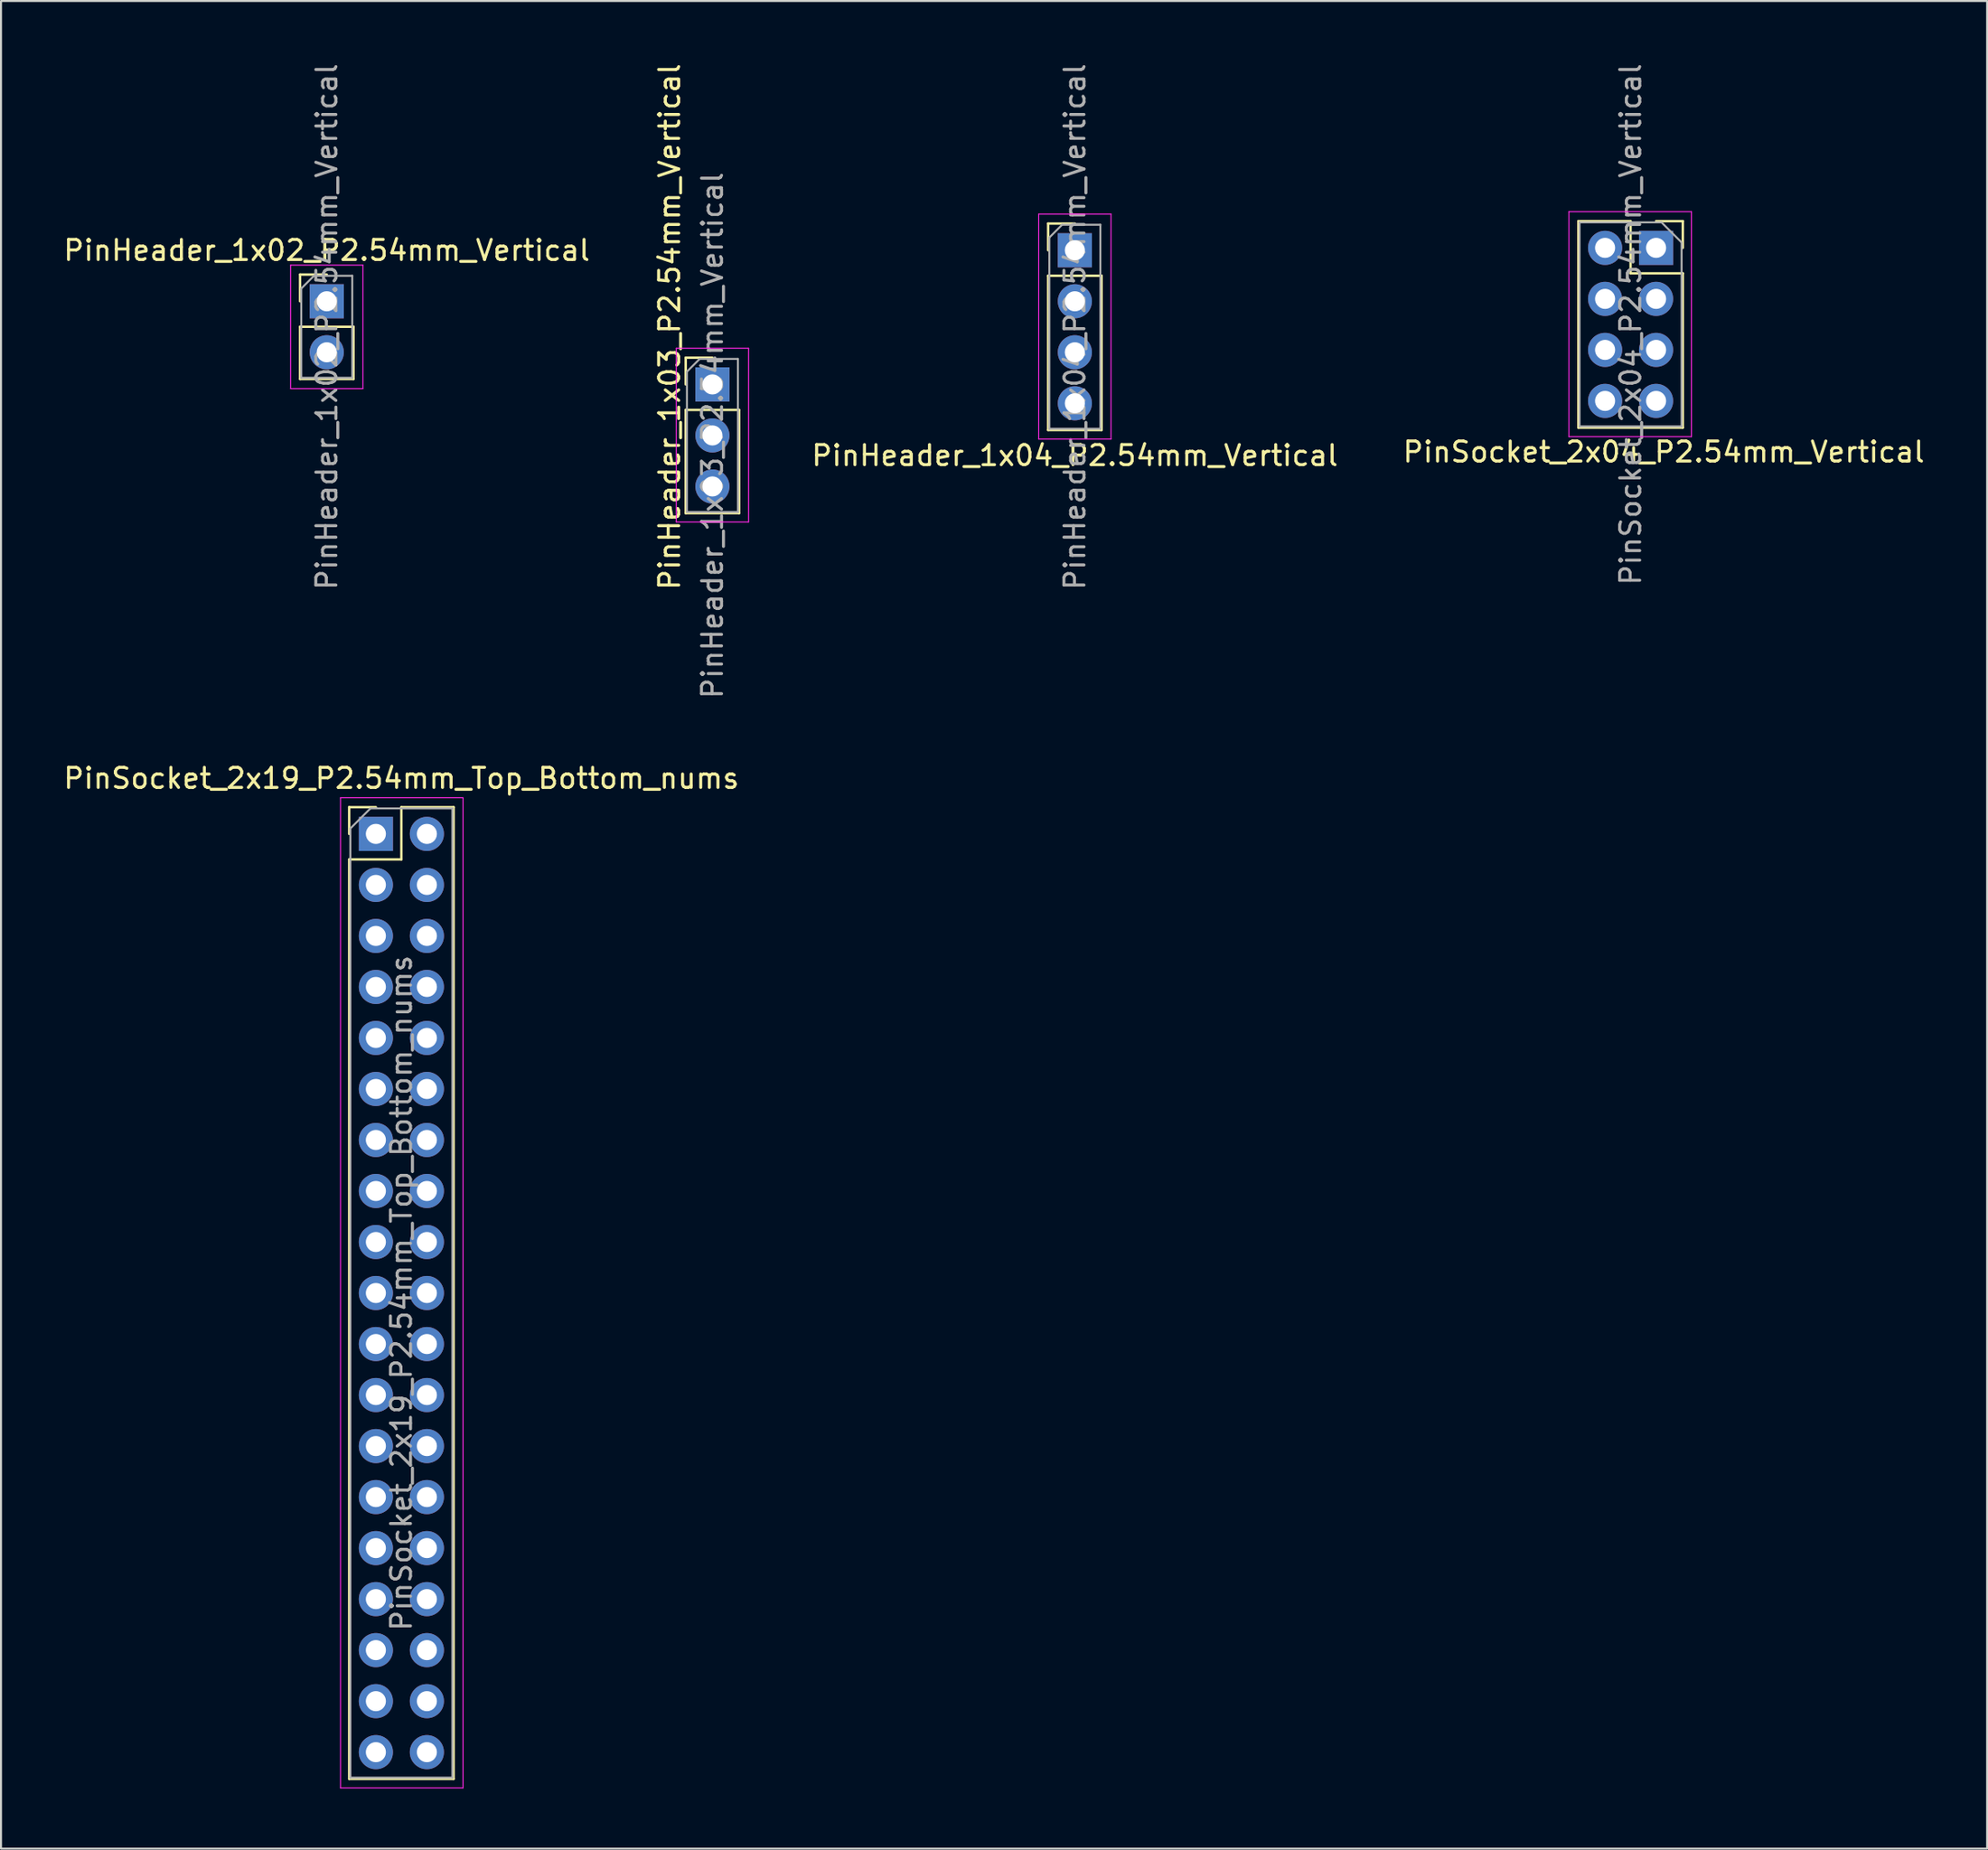
<source format=kicad_pcb>
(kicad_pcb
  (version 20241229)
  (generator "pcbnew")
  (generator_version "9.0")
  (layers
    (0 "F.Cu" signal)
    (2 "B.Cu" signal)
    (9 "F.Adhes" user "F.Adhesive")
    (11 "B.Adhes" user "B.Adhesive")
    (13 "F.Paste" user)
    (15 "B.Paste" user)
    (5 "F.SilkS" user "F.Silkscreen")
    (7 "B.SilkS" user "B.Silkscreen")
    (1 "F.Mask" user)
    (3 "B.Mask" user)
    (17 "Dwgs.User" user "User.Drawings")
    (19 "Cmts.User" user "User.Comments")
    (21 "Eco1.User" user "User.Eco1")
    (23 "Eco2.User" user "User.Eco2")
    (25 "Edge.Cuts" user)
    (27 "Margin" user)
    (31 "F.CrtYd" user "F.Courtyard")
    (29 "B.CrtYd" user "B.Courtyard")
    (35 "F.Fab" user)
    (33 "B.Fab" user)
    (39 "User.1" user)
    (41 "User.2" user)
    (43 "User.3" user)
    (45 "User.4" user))
  (footprint "PinHeader_1x04_P2.54mm_Vertical"
    (layer "F.Cu")
    (at 50.468 9.41)
    (property "Reference" "PinHeader_1x04_P2.54mm_Vertical" (at 0 10.22 0) (layer "F.SilkS") (effects (font (size 1 1) (thickness 0.15))))
    (attr through_hole exclude_from_pos_files exclude_from_bom)
    (fp_line (start -1.33 -1.33) (end 0 -1.33) (stroke (width 0.12) (type solid)) (layer "F.SilkS"))
    (fp_line (start -1.33 0) (end -1.33 -1.33) (stroke (width 0.12) (type solid)) (layer "F.SilkS"))
    (fp_line (start -1.33 1.27) (end -1.33 8.95) (stroke (width 0.12) (type solid)) (layer "F.SilkS"))
    (fp_line (start -1.33 1.27) (end 1.33 1.27) (stroke (width 0.12) (type solid)) (layer "F.SilkS"))
    (fp_line (start -1.33 8.95) (end 1.33 8.95) (stroke (width 0.12) (type solid)) (layer "F.SilkS"))
    (fp_line (start 1.33 1.27) (end 1.33 8.95) (stroke (width 0.12) (type solid)) (layer "F.SilkS"))
    (fp_line (start -1.8 -1.8) (end -1.8 9.4) (stroke (width 0.05) (type solid)) (layer "F.CrtYd"))
    (fp_line (start -1.8 9.4) (end 1.8 9.4) (stroke (width 0.05) (type solid)) (layer "F.CrtYd"))
    (fp_line (start 1.8 -1.8) (end -1.8 -1.8) (stroke (width 0.05) (type solid)) (layer "F.CrtYd"))
    (fp_line (start 1.8 9.4) (end 1.8 -1.8) (stroke (width 0.05) (type solid)) (layer "F.CrtYd"))
    (fp_line (start -1.27 -0.635) (end -0.635 -1.27) (stroke (width 0.1) (type solid)) (layer "F.Fab"))
    (fp_line (start -1.27 8.89) (end -1.27 -0.635) (stroke (width 0.1) (type solid)) (layer "F.Fab"))
    (fp_line (start -0.635 -1.27) (end 1.27 -1.27) (stroke (width 0.1) (type solid)) (layer "F.Fab"))
    (fp_line (start 1.27 -1.27) (end 1.27 8.89) (stroke (width 0.1) (type solid)) (layer "F.Fab"))
    (fp_line (start 1.27 8.89) (end -1.27 8.89) (stroke (width 0.1) (type solid)) (layer "F.Fab"))
    (fp_text user "${REFERENCE}" (at 0 3.81 90) (layer "F.Fab") (effects (font (size 1 1) (thickness 0.15))))
    (pad "1" thru_hole rect (at 0 0) (size 1.7 1.7) (drill 1) (layers "*.Cu" "*.Mask"))
    (pad "2" thru_hole oval (at 0 2.54) (size 1.7 1.7) (drill 1) (layers "*.Cu" "*.Mask"))
    (pad "3" thru_hole oval (at 0 5.08) (size 1.7 1.7) (drill 1) (layers "*.Cu" "*.Mask"))
    (pad "4" thru_hole oval (at 0 7.62) (size 1.7 1.7) (drill 1) (layers "*.Cu" "*.Mask")))
  (footprint "PinSocket_2x19_P2.54mm_Top_Bottom_nums"
    (layer "F.Cu")
    (at 18.205 38.469)
    (property "Reference" "PinSocket_2x19_P2.54mm_Top_Bottom_nums" (at -1.27 -2.77 0) (layer "F.SilkS") (effects (font (size 1 1) (thickness 0.15))))
    (attr through_hole exclude_from_pos_files exclude_from_bom)
    (fp_line (start -3.87 -1.33) (end -3.87 0) (stroke (width 0.12) (type solid)) (layer "F.SilkS"))
    (fp_line (start -3.87 1.27) (end -3.87 47.05) (stroke (width 0.12) (type solid)) (layer "F.SilkS"))
    (fp_line (start -2.54 -1.33) (end -3.87 -1.33) (stroke (width 0.12) (type solid)) (layer "F.SilkS"))
    (fp_line (start -1.27 -1.33) (end -1.27 1.27) (stroke (width 0.12) (type solid)) (layer "F.SilkS"))
    (fp_line (start -1.27 1.27) (end -3.87 1.27) (stroke (width 0.12) (type solid)) (layer "F.SilkS"))
    (fp_line (start 1.33 -1.33) (end -1.27 -1.33) (stroke (width 0.12) (type solid)) (layer "F.SilkS"))
    (fp_line (start 1.33 -1.33) (end 1.33 47.05) (stroke (width 0.12) (type solid)) (layer "F.SilkS"))
    (fp_line (start 1.33 47.05) (end -3.87 47.05) (stroke (width 0.12) (type solid)) (layer "F.SilkS"))
    (fp_line (start -4.3 -1.8) (end -4.3 47.5) (stroke (width 0.05) (type solid)) (layer "F.CrtYd"))
    (fp_line (start -4.3 47.5) (end 1.8 47.5) (stroke (width 0.05) (type solid)) (layer "F.CrtYd"))
    (fp_line (start 1.8 -1.8) (end -4.3 -1.8) (stroke (width 0.05) (type solid)) (layer "F.CrtYd"))
    (fp_line (start 1.8 47.5) (end 1.8 -1.8) (stroke (width 0.05) (type solid)) (layer "F.CrtYd"))
    (fp_line (start -3.81 -0.27) (end -3.81 46.99) (stroke (width 0.1) (type solid)) (layer "F.Fab"))
    (fp_line (start -3.81 46.99) (end 1.27 46.99) (stroke (width 0.1) (type solid)) (layer "F.Fab"))
    (fp_line (start -2.81 -1.27) (end -3.81 -0.27) (stroke (width 0.1) (type solid)) (layer "F.Fab"))
    (fp_line (start 1.27 -1.27) (end -2.81 -1.27) (stroke (width 0.1) (type solid)) (layer "F.Fab"))
    (fp_line (start 1.27 46.99) (end 1.27 -1.27) (stroke (width 0.1) (type solid)) (layer "F.Fab"))
    (fp_text user "${REFERENCE}" (at -1.27 22.86 90) (layer "F.Fab") (effects (font (size 1 1) (thickness 0.15))))
    (pad "1" thru_hole rect (at -2.54 0) (size 1.7 1.7) (drill 1) (layers "*.Cu" "*.Mask"))
    (pad "2" thru_hole oval (at -2.54 2.54) (size 1.7 1.7) (drill 1) (layers "*.Cu" "*.Mask"))
    (pad "3" thru_hole oval (at -2.54 5.08) (size 1.7 1.7) (drill 1) (layers "*.Cu" "*.Mask"))
    (pad "4" thru_hole oval (at -2.54 7.62) (size 1.7 1.7) (drill 1) (layers "*.Cu" "*.Mask"))
    (pad "5" thru_hole oval (at -2.54 10.16) (size 1.7 1.7) (drill 1) (layers "*.Cu" "*.Mask"))
    (pad "6" thru_hole oval (at -2.54 12.7) (size 1.7 1.7) (drill 1) (layers "*.Cu" "*.Mask"))
    (pad "7" thru_hole oval (at -2.54 15.24) (size 1.7 1.7) (drill 1) (layers "*.Cu" "*.Mask"))
    (pad "8" thru_hole oval (at -2.54 17.78) (size 1.7 1.7) (drill 1) (layers "*.Cu" "*.Mask"))
    (pad "9" thru_hole oval (at -2.54 20.32) (size 1.7 1.7) (drill 1) (layers "*.Cu" "*.Mask"))
    (pad "10" thru_hole oval (at -2.54 22.86) (size 1.7 1.7) (drill 1) (layers "*.Cu" "*.Mask"))
    (pad "11" thru_hole oval (at -2.54 25.4) (size 1.7 1.7) (drill 1) (layers "*.Cu" "*.Mask"))
    (pad "12" thru_hole oval (at -2.54 27.94) (size 1.7 1.7) (drill 1) (layers "*.Cu" "*.Mask"))
    (pad "13" thru_hole oval (at -2.54 30.48) (size 1.7 1.7) (drill 1) (layers "*.Cu" "*.Mask"))
    (pad "14" thru_hole oval (at -2.54 33.02) (size 1.7 1.7) (drill 1) (layers "*.Cu" "*.Mask"))
    (pad "15" thru_hole oval (at -2.54 35.56) (size 1.7 1.7) (drill 1) (layers "*.Cu" "*.Mask"))
    (pad "16" thru_hole oval (at -2.54 38.1) (size 1.7 1.7) (drill 1) (layers "*.Cu" "*.Mask"))
    (pad "17" thru_hole oval (at -2.54 40.64) (size 1.7 1.7) (drill 1) (layers "*.Cu" "*.Mask"))
    (pad "18" thru_hole oval (at -2.54 43.18) (size 1.7 1.7) (drill 1) (layers "*.Cu" "*.Mask"))
    (pad "19" thru_hole oval (at -2.54 45.72) (size 1.7 1.7) (drill 1) (layers "*.Cu" "*.Mask"))
    (pad "20" thru_hole oval (at 0 0) (size 1.7 1.7) (drill 1) (layers "*.Cu" "*.Mask"))
    (pad "21" thru_hole oval (at 0 2.54) (size 1.7 1.7) (drill 1) (layers "*.Cu" "*.Mask"))
    (pad "22" thru_hole oval (at 0 5.08) (size 1.7 1.7) (drill 1) (layers "*.Cu" "*.Mask"))
    (pad "23" thru_hole oval (at 0 7.62) (size 1.7 1.7) (drill 1) (layers "*.Cu" "*.Mask"))
    (pad "24" thru_hole oval (at 0 10.16) (size 1.7 1.7) (drill 1) (layers "*.Cu" "*.Mask"))
    (pad "25" thru_hole oval (at 0 12.7) (size 1.7 1.7) (drill 1) (layers "*.Cu" "*.Mask"))
    (pad "26" thru_hole oval (at 0 15.24) (size 1.7 1.7) (drill 1) (layers "*.Cu" "*.Mask"))
    (pad "27" thru_hole oval (at 0 17.78) (size 1.7 1.7) (drill 1) (layers "*.Cu" "*.Mask"))
    (pad "28" thru_hole oval (at 0 20.32) (size 1.7 1.7) (drill 1) (layers "*.Cu" "*.Mask"))
    (pad "29" thru_hole oval (at 0 22.86) (size 1.7 1.7) (drill 1) (layers "*.Cu" "*.Mask"))
    (pad "30" thru_hole oval (at 0 25.4) (size 1.7 1.7) (drill 1) (layers "*.Cu" "*.Mask"))
    (pad "31" thru_hole oval (at 0 27.94) (size 1.7 1.7) (drill 1) (layers "*.Cu" "*.Mask"))
    (pad "32" thru_hole oval (at 0 30.48) (size 1.7 1.7) (drill 1) (layers "*.Cu" "*.Mask"))
    (pad "33" thru_hole oval (at 0 33.02) (size 1.7 1.7) (drill 1) (layers "*.Cu" "*.Mask"))
    (pad "34" thru_hole oval (at 0 35.56) (size 1.7 1.7) (drill 1) (layers "*.Cu" "*.Mask"))
    (pad "35" thru_hole oval (at 0 38.1) (size 1.7 1.7) (drill 1) (layers "*.Cu" "*.Mask"))
    (pad "36" thru_hole oval (at 0 40.64) (size 1.7 1.7) (drill 1) (layers "*.Cu" "*.Mask"))
    (pad "37" thru_hole oval (at 0 43.18) (size 1.7 1.7) (drill 1) (layers "*.Cu" "*.Mask"))
    (pad "38" thru_hole oval (at 0 45.72) (size 1.7 1.7) (drill 1) (layers "*.Cu" "*.Mask")))
  (footprint "PinSocket_2x04_P2.54mm_Vertical"
    (layer "F.Cu")
    (at 79.408 9.291)
    (property "Reference" "PinSocket_2x04_P2.54mm_Vertical" (at 0.381 10.16 0) (layer "F.SilkS") (effects (font (size 1 1) (thickness 0.15))))
    (attr through_hole exclude_from_pos_files exclude_from_bom)
    (fp_line (start -3.87 -1.33) (end -3.87 8.95) (stroke (width 0.12) (type solid)) (layer "F.SilkS"))
    (fp_line (start -3.87 -1.33) (end -1.27 -1.33) (stroke (width 0.12) (type solid)) (layer "F.SilkS"))
    (fp_line (start -3.87 8.95) (end 1.33 8.95) (stroke (width 0.12) (type solid)) (layer "F.SilkS"))
    (fp_line (start -1.27 -1.33) (end -1.27 1.27) (stroke (width 0.12) (type solid)) (layer "F.SilkS"))
    (fp_line (start -1.27 1.27) (end 1.33 1.27) (stroke (width 0.12) (type solid)) (layer "F.SilkS"))
    (fp_line (start 0 -1.33) (end 1.33 -1.33) (stroke (width 0.12) (type solid)) (layer "F.SilkS"))
    (fp_line (start 1.33 -1.33) (end 1.33 0) (stroke (width 0.12) (type solid)) (layer "F.SilkS"))
    (fp_line (start 1.33 1.27) (end 1.33 8.95) (stroke (width 0.12) (type solid)) (layer "F.SilkS"))
    (fp_line (start -4.34 -1.8) (end 1.76 -1.8) (stroke (width 0.05) (type solid)) (layer "F.CrtYd"))
    (fp_line (start -4.34 9.4) (end -4.34 -1.8) (stroke (width 0.05) (type solid)) (layer "F.CrtYd"))
    (fp_line (start 1.76 -1.8) (end 1.76 9.4) (stroke (width 0.05) (type solid)) (layer "F.CrtYd"))
    (fp_line (start 1.76 9.4) (end -4.34 9.4) (stroke (width 0.05) (type solid)) (layer "F.CrtYd"))
    (fp_line (start -3.81 -1.27) (end 0.27 -1.27) (stroke (width 0.1) (type solid)) (layer "F.Fab"))
    (fp_line (start -3.81 8.89) (end -3.81 -1.27) (stroke (width 0.1) (type solid)) (layer "F.Fab"))
    (fp_line (start 0.27 -1.27) (end 1.27 -0.27) (stroke (width 0.1) (type solid)) (layer "F.Fab"))
    (fp_line (start 1.27 -0.27) (end 1.27 8.89) (stroke (width 0.1) (type solid)) (layer "F.Fab"))
    (fp_line (start 1.27 8.89) (end -3.81 8.89) (stroke (width 0.1) (type solid)) (layer "F.Fab"))
    (fp_text user "${REFERENCE}" (at -1.27 3.81 90) (layer "F.Fab") (effects (font (size 1 1) (thickness 0.15))))
    (pad "1" thru_hole rect (at 0 0) (size 1.7 1.7) (drill 1) (layers "*.Cu" "*.Mask"))
    (pad "2" thru_hole oval (at -2.54 0) (size 1.7 1.7) (drill 1) (layers "*.Cu" "*.Mask"))
    (pad "3" thru_hole oval (at 0 2.54) (size 1.7 1.7) (drill 1) (layers "*.Cu" "*.Mask"))
    (pad "4" thru_hole oval (at -2.54 2.54) (size 1.7 1.7) (drill 1) (layers "*.Cu" "*.Mask"))
    (pad "5" thru_hole oval (at 0 5.08) (size 1.7 1.7) (drill 1) (layers "*.Cu" "*.Mask"))
    (pad "6" thru_hole oval (at -2.54 5.08) (size 1.7 1.7) (drill 1) (layers "*.Cu" "*.Mask"))
    (pad "7" thru_hole oval (at 0 7.62) (size 1.7 1.7) (drill 1) (layers "*.Cu" "*.Mask"))
    (pad "8" thru_hole oval (at -2.54 7.62) (size 1.7 1.7) (drill 1) (layers "*.Cu" "*.Mask")))
  (footprint "PinHeader_1x02_P2.54mm_Vertical"
    (layer "F.Cu")
    (at 13.22 11.95)
    (property "Reference" "PinHeader_1x02_P2.54mm_Vertical" (at 0 -2.535 0) (layer "F.SilkS") (effects (font (size 1 1) (thickness 0.15))))
    (attr through_hole exclude_from_pos_files exclude_from_bom)
    (fp_line (start -1.33 -1.33) (end 0 -1.33) (stroke (width 0.12) (type solid)) (layer "F.SilkS"))
    (fp_line (start -1.33 0) (end -1.33 -1.33) (stroke (width 0.12) (type solid)) (layer "F.SilkS"))
    (fp_line (start -1.33 1.27) (end -1.33 3.87) (stroke (width 0.12) (type solid)) (layer "F.SilkS"))
    (fp_line (start -1.33 1.27) (end 1.33 1.27) (stroke (width 0.12) (type solid)) (layer "F.SilkS"))
    (fp_line (start -1.33 3.87) (end 1.33 3.87) (stroke (width 0.12) (type solid)) (layer "F.SilkS"))
    (fp_line (start 1.33 1.27) (end 1.33 3.87) (stroke (width 0.12) (type solid)) (layer "F.SilkS"))
    (fp_line (start -1.8 -1.8) (end -1.8 4.35) (stroke (width 0.05) (type solid)) (layer "F.CrtYd"))
    (fp_line (start -1.8 4.35) (end 1.8 4.35) (stroke (width 0.05) (type solid)) (layer "F.CrtYd"))
    (fp_line (start 1.8 -1.8) (end -1.8 -1.8) (stroke (width 0.05) (type solid)) (layer "F.CrtYd"))
    (fp_line (start 1.8 4.35) (end 1.8 -1.8) (stroke (width 0.05) (type solid)) (layer "F.CrtYd"))
    (fp_line (start -1.27 -0.635) (end -0.635 -1.27) (stroke (width 0.1) (type solid)) (layer "F.Fab"))
    (fp_line (start -1.27 3.81) (end -1.27 -0.635) (stroke (width 0.1) (type solid)) (layer "F.Fab"))
    (fp_line (start -0.635 -1.27) (end 1.27 -1.27) (stroke (width 0.1) (type solid)) (layer "F.Fab"))
    (fp_line (start 1.27 -1.27) (end 1.27 3.81) (stroke (width 0.1) (type solid)) (layer "F.Fab"))
    (fp_line (start 1.27 3.81) (end -1.27 3.81) (stroke (width 0.1) (type solid)) (layer "F.Fab"))
    (fp_text user "${REFERENCE}" (at 0 1.27 90) (layer "F.Fab") (effects (font (size 1 1) (thickness 0.15))))
    (pad "1" thru_hole rect (at 0 0) (size 1.7 1.7) (drill 1) (layers "*.Cu" "*.Mask"))
    (pad "2" thru_hole oval (at 0 2.54) (size 1.7 1.7) (drill 1) (layers "*.Cu" "*.Mask")))
  (footprint "PinHeader_1x03_P2.54mm_Vertical"
    (layer "F.Cu")
    (at 32.422 16.09)
    (property "Reference" "PinHeader_1x03_P2.54mm_Vertical" (at -2.134 -2.87 90) (layer "F.SilkS") (effects (font (size 1 1) (thickness 0.15))))
    (attr through_hole exclude_from_pos_files exclude_from_bom)
    (fp_line (start -1.33 -1.33) (end 0 -1.33) (stroke (width 0.12) (type solid)) (layer "F.SilkS"))
    (fp_line (start -1.33 0) (end -1.33 -1.33) (stroke (width 0.12) (type solid)) (layer "F.SilkS"))
    (fp_line (start -1.33 1.27) (end -1.33 6.41) (stroke (width 0.12) (type solid)) (layer "F.SilkS"))
    (fp_line (start -1.33 1.27) (end 1.33 1.27) (stroke (width 0.12) (type solid)) (layer "F.SilkS"))
    (fp_line (start -1.33 6.41) (end 1.33 6.41) (stroke (width 0.12) (type solid)) (layer "F.SilkS"))
    (fp_line (start 1.33 1.27) (end 1.33 6.41) (stroke (width 0.12) (type solid)) (layer "F.SilkS"))
    (fp_line (start -1.8 -1.8) (end -1.8 6.85) (stroke (width 0.05) (type solid)) (layer "F.CrtYd"))
    (fp_line (start -1.8 6.85) (end 1.8 6.85) (stroke (width 0.05) (type solid)) (layer "F.CrtYd"))
    (fp_line (start 1.8 -1.8) (end -1.8 -1.8) (stroke (width 0.05) (type solid)) (layer "F.CrtYd"))
    (fp_line (start 1.8 6.85) (end 1.8 -1.8) (stroke (width 0.05) (type solid)) (layer "F.CrtYd"))
    (fp_line (start -1.27 -0.635) (end -0.635 -1.27) (stroke (width 0.1) (type solid)) (layer "F.Fab"))
    (fp_line (start -1.27 6.35) (end -1.27 -0.635) (stroke (width 0.1) (type solid)) (layer "F.Fab"))
    (fp_line (start -0.635 -1.27) (end 1.27 -1.27) (stroke (width 0.1) (type solid)) (layer "F.Fab"))
    (fp_line (start 1.27 -1.27) (end 1.27 6.35) (stroke (width 0.1) (type solid)) (layer "F.Fab"))
    (fp_line (start 1.27 6.35) (end -1.27 6.35) (stroke (width 0.1) (type solid)) (layer "F.Fab"))
    (fp_text user "${REFERENCE}" (at 0 2.54 90) (layer "F.Fab") (effects (font (size 1 1) (thickness 0.15))))
    (pad "1" thru_hole rect (at 0 0) (size 1.7 1.7) (drill 1) (layers "*.Cu" "*.Mask"))
    (pad "2" thru_hole oval (at 0 2.54) (size 1.7 1.7) (drill 1) (layers "*.Cu" "*.Mask"))
    (pad "3" thru_hole oval (at 0 5.08) (size 1.7 1.7) (drill 1) (layers "*.Cu" "*.Mask")))
  (gr_rect
    (start -3 -3)
    (end 95.89 88.994)
    (stroke (width 0.1) (type default))
    (fill no)
    (layer "Edge.Cuts")))
</source>
